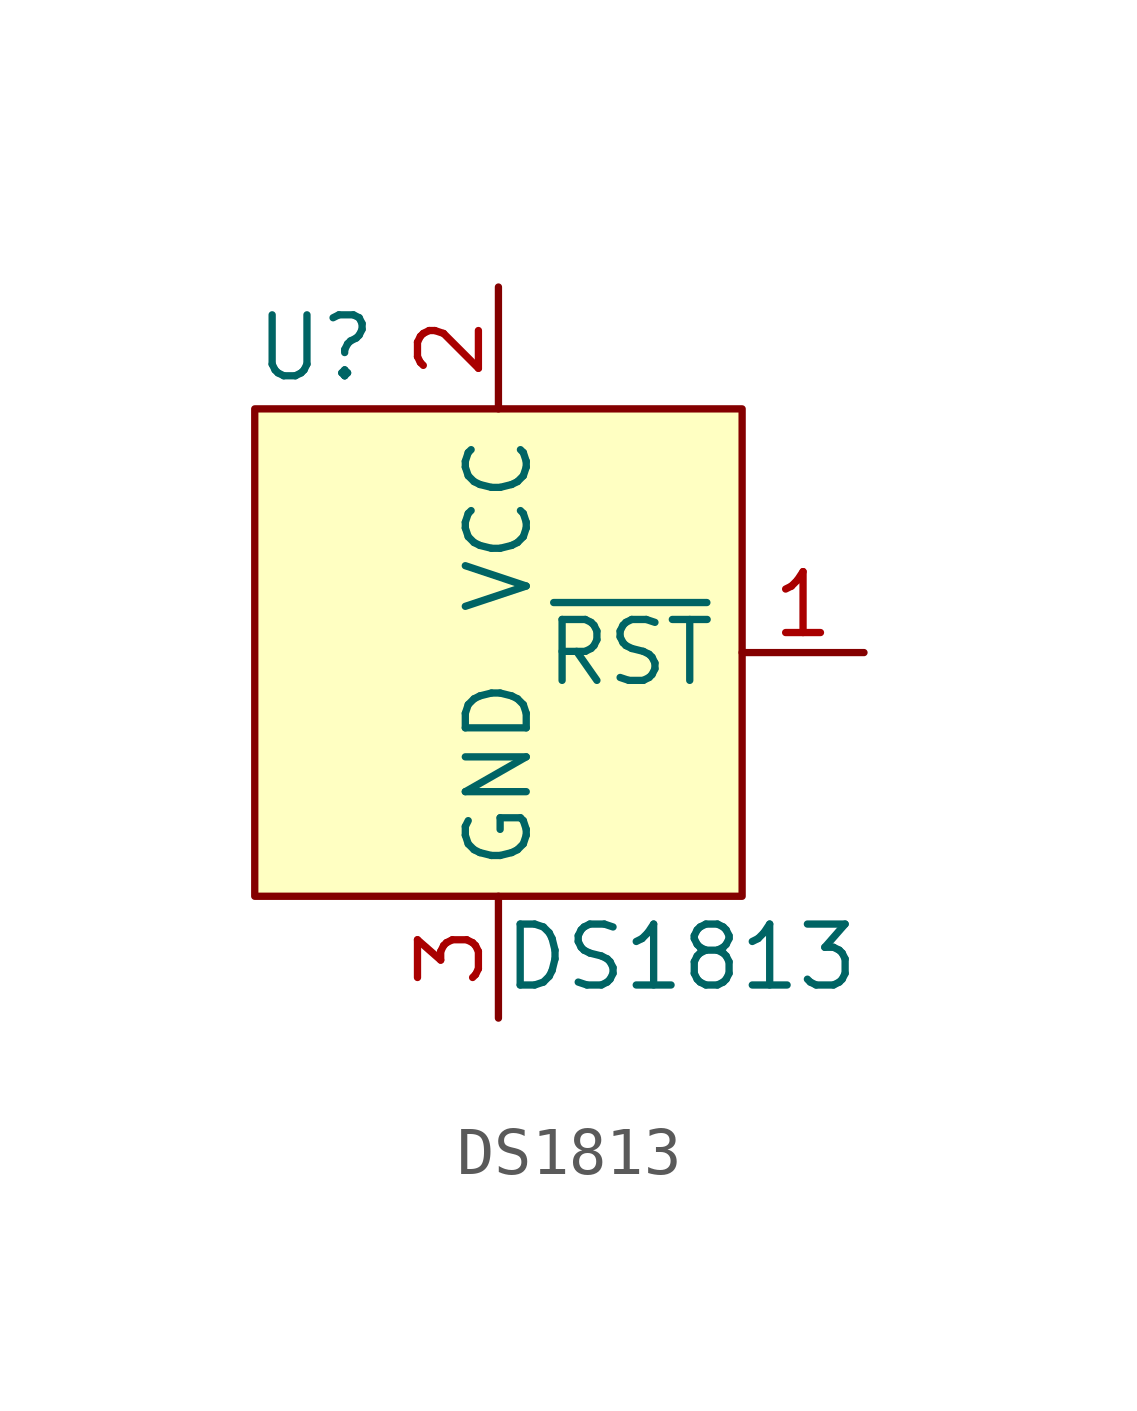
<source format=kicad_sym>
(kicad_symbol_lib
  (version 20211014)
  (generator kicad_symbol_editor)
  (symbol "DS1813"
    (property "Reference" "U"
      (at -3.81 0 0)
      (effects (font (size 1.27 1.27))))
    (property "Value" "DS1813"
      (at 3.81 -12.7 0)
      (effects (font (size 1.27 1.27))))
    (symbol "DS1813_0_1"
      (rectangle (start -5.08 -1.27) (end 5.08 -11.43) (stroke (width 0) (type default) (color 0 0 0 0)) (fill (type background))))
    (symbol "DS1813_1_1"
      (pin power_out line (at 7.62 -6.35 180) (length 2.54) (name "~{RST}" (effects (font (size 1.27 1.27)))) (number "1" (effects (font (size 1.27 1.27)))))
      (pin power_in line (at 0 1.27 270) (length 2.54) (name "VCC" (effects (font (size 1.27 1.27)))) (number "2" (effects (font (size 1.27 1.27)))))
      (pin power_out line (at 0 -13.97 90) (length 2.54) (name "GND" (effects (font (size 1.27 1.27)))) (number "3" (effects (font (size 1.27 1.27))))))))
</source>
